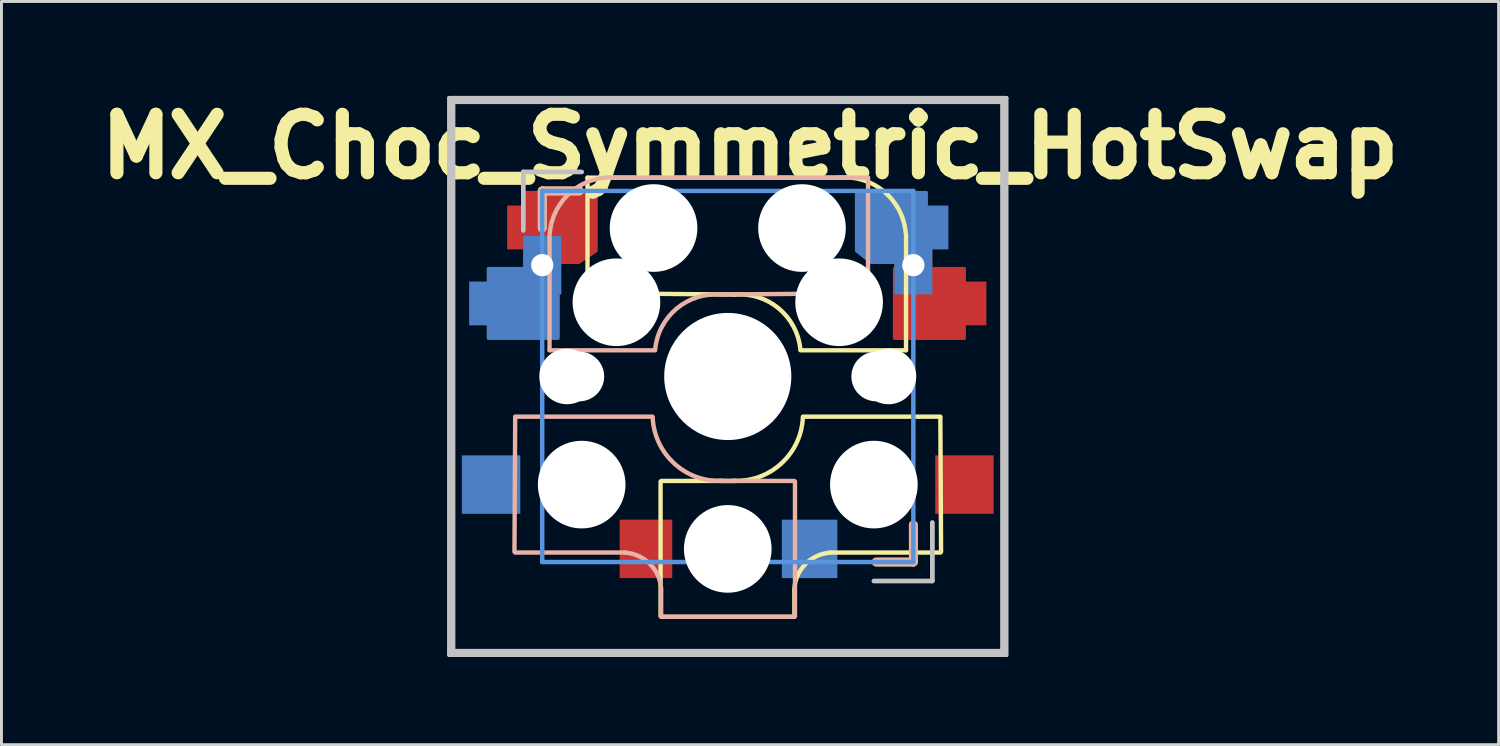
<source format=kicad_pcb>
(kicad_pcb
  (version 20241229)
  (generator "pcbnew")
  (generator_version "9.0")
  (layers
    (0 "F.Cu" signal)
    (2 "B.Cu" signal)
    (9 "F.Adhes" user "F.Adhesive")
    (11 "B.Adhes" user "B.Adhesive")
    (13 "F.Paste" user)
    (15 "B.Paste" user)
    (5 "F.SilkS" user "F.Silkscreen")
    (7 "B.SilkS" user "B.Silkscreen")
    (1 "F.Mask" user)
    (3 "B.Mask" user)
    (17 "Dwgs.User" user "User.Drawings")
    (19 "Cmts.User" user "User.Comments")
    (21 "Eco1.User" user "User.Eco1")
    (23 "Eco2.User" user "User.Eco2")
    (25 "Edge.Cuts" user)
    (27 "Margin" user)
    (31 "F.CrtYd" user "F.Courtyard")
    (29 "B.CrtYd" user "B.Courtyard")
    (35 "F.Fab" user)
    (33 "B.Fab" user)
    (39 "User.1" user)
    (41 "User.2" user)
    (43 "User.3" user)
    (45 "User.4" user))
  (footprint "MX_Choc_Symmetric_HotSwap"
    (layer "F.Cu")
    (at 21.856 9.834)
    (property "Reference" "MX_Choc_Symmetric_HotSwap" (at 0.762 -7.874 0) (layer "F.SilkS") (effects (font (size 2 2) (thickness 0.45))))
    (attr through_hole)
    (fp_line (start -6.35 -6.35) (end -5.08 -6.35) (stroke (width 0.3) (type solid)) (layer "F.SilkS"))
    (fp_line (start -6.35 -5.08) (end -6.35 -6.35) (stroke (width 0.3) (type solid)) (layer "F.SilkS"))
    (fp_line (start -4.8 -6.804) (end 3.825 -6.804) (stroke (width 0.15) (type solid)) (layer "F.SilkS"))
    (fp_line (start -4.8 -2.896) (end -4.8 -6.804) (stroke (width 0.15) (type solid)) (layer "F.SilkS"))
    (fp_line (start -4.8 -2.85) (end 0.25 -2.804) (stroke (width 0.15) (type solid)) (layer "F.SilkS"))
    (fp_line (start -2.3 3.6) (end -2.3 8.2) (stroke (width 0.15) (type solid)) (layer "F.SilkS"))
    (fp_line (start -2.275 3.575) (end 0.275 3.575) (stroke (width 0.15) (type solid)) (layer "F.SilkS"))
    (fp_line (start -2.275 8.225) (end 2.275 8.225) (stroke (width 0.15) (type solid)) (layer "F.SilkS"))
    (fp_line (start 2.28 7.5) (end 2.28 8.2) (stroke (width 0.15) (type solid)) (layer "F.SilkS"))
    (fp_line (start 2.575 1.375) (end 7.275 1.375) (stroke (width 0.15) (type solid)) (layer "F.SilkS"))
    (fp_line (start 3.5 6.025) (end 7.275 6.025) (stroke (width 0.15) (type solid)) (layer "F.SilkS"))
    (fp_line (start 6.1 -4.85) (end 6.1 -0.905) (stroke (width 0.15) (type solid)) (layer "F.SilkS"))
    (fp_line (start 6.1 -0.896) (end 2.49 -0.896) (stroke (width 0.15) (type solid)) (layer "F.SilkS"))
    (fp_line (start 6.35 5.08) (end 6.35 6.35) (stroke (width 0.3) (type solid)) (layer "F.SilkS"))
    (fp_line (start 6.35 6.35) (end 5.08 6.35) (stroke (width 0.3) (type solid)) (layer "F.SilkS"))
    (fp_line (start 7.275 1.4) (end 7.3 6) (stroke (width 0.15) (type solid)) (layer "F.SilkS"))
    (fp_arc (start 0.225 -2.8) (mid 1.744361 -2.328062) (end 2.485001 -0.920001) (stroke (width 0.15) (type solid)) (layer "F.SilkS"))
    (fp_arc (start 2.279999 7.449999) (mid 2.595908 6.487329) (end 3.5 6.03) (stroke (width 0.15) (type solid)) (layer "F.SilkS"))
    (fp_arc (start 2.57 1.4) (mid 1.834422 2.975843) (end 0.2 3.57) (stroke (width 0.15) (type solid)) (layer "F.SilkS"))
    (fp_arc (start 3.825 -6.804) (mid 5.347189 -6.33089) (end 6.089 -4.92) (stroke (width 0.15) (type solid)) (layer "F.SilkS"))
    (fp_line (start -7.275 1.4) (end -7.3 6) (stroke (width 0.15) (type solid)) (layer "B.SilkS"))
    (fp_line (start -6.35 -6.35) (end -5.08 -6.35) (stroke (width 0.3) (type solid)) (layer "B.SilkS"))
    (fp_line (start -6.35 -5.08) (end -6.35 -6.35) (stroke (width 0.3) (type solid)) (layer "B.SilkS"))
    (fp_line (start -6.1 -4.85) (end -6.1 -0.905) (stroke (width 0.15) (type solid)) (layer "B.SilkS"))
    (fp_line (start -6.1 -0.896) (end -2.49 -0.896) (stroke (width 0.15) (type solid)) (layer "B.SilkS"))
    (fp_line (start -3.5 6.025) (end -7.275 6.025) (stroke (width 0.15) (type solid)) (layer "B.SilkS"))
    (fp_line (start -2.575 1.375) (end -7.275 1.375) (stroke (width 0.15) (type solid)) (layer "B.SilkS"))
    (fp_line (start -2.28 7.5) (end -2.28 8.2) (stroke (width 0.15) (type solid)) (layer "B.SilkS"))
    (fp_line (start 2.275 3.575) (end -0.275 3.575) (stroke (width 0.15) (type solid)) (layer "B.SilkS"))
    (fp_line (start 2.275 8.225) (end -2.275 8.225) (stroke (width 0.15) (type solid)) (layer "B.SilkS"))
    (fp_line (start 2.3 3.6) (end 2.3 8.2) (stroke (width 0.15) (type solid)) (layer "B.SilkS"))
    (fp_line (start 4.8 -6.804) (end -3.825 -6.804) (stroke (width 0.15) (type solid)) (layer "B.SilkS"))
    (fp_line (start 4.8 -2.896) (end 4.8 -6.804) (stroke (width 0.15) (type solid)) (layer "B.SilkS"))
    (fp_line (start 4.8 -2.85) (end -0.25 -2.804) (stroke (width 0.15) (type solid)) (layer "B.SilkS"))
    (fp_line (start 5.08 6.35) (end 6.35 6.35) (stroke (width 0.3) (type solid)) (layer "B.SilkS"))
    (fp_line (start 6.35 6.35) (end 6.35 5.08) (stroke (width 0.3) (type solid)) (layer "B.SilkS"))
    (fp_arc (start -6.089 -4.92) (mid -5.347189 -6.33089) (end -3.825 -6.804) (stroke (width 0.15) (type solid)) (layer "B.SilkS"))
    (fp_arc (start -3.5 6.03) (mid -2.595908 6.48733) (end -2.28 7.45) (stroke (width 0.15) (type solid)) (layer "B.SilkS"))
    (fp_arc (start -2.484999 -0.920001) (mid -1.74436 -2.328062) (end -0.225 -2.8) (stroke (width 0.15) (type solid)) (layer "B.SilkS"))
    (fp_arc (start -0.2 3.57) (mid -1.834422 2.975843) (end -2.57 1.4) (stroke (width 0.15) (type solid)) (layer "B.SilkS"))
    (fp_line (start -9.525 -9.525) (end 9.525 -9.525) (stroke (width 0.15) (type solid)) (layer "Dwgs.User"))
    (fp_line (start -9.525 -9.525) (end 9.525 -9.525) (stroke (width 0.15) (type solid)) (layer "Dwgs.User"))
    (fp_line (start -9.525 9.525) (end -9.525 -9.525) (stroke (width 0.15) (type solid)) (layer "Dwgs.User"))
    (fp_line (start -9.525 9.525) (end -9.525 -9.525) (stroke (width 0.15) (type solid)) (layer "Dwgs.User"))
    (fp_line (start -9.398 -9.398) (end 9.398 -9.398) (stroke (width 0.152) (type solid)) (layer "Dwgs.User"))
    (fp_line (start -9.398 9.398) (end -9.398 -9.398) (stroke (width 0.152) (type solid)) (layer "Dwgs.User"))
    (fp_line (start -7 -7) (end -7 -5) (stroke (width 0.15) (type solid)) (layer "Dwgs.User"))
    (fp_line (start -7 -7) (end -7 -5) (stroke (width 0.15) (type solid)) (layer "Dwgs.User"))
    (fp_line (start -5 -7) (end -7 -7) (stroke (width 0.15) (type solid)) (layer "Dwgs.User"))
    (fp_line (start -5 -7) (end -7 -7) (stroke (width 0.15) (type solid)) (layer "Dwgs.User"))
    (fp_line (start 5 7) (end 7 7) (stroke (width 0.15) (type solid)) (layer "Dwgs.User"))
    (fp_line (start 5 7) (end 7 7) (stroke (width 0.15) (type solid)) (layer "Dwgs.User"))
    (fp_line (start 7 7) (end 7 5) (stroke (width 0.15) (type solid)) (layer "Dwgs.User"))
    (fp_line (start 7 7) (end 7 5) (stroke (width 0.15) (type solid)) (layer "Dwgs.User"))
    (fp_line (start 9.398 -9.398) (end 9.398 9.398) (stroke (width 0.152) (type solid)) (layer "Dwgs.User"))
    (fp_line (start 9.398 9.398) (end -9.398 9.398) (stroke (width 0.152) (type solid)) (layer "Dwgs.User"))
    (fp_line (start 9.525 -9.525) (end 9.525 9.525) (stroke (width 0.15) (type solid)) (layer "Dwgs.User"))
    (fp_line (start 9.525 -9.525) (end 9.525 9.525) (stroke (width 0.15) (type solid)) (layer "Dwgs.User"))
    (fp_line (start 9.525 9.525) (end -9.525 9.525) (stroke (width 0.15) (type solid)) (layer "Dwgs.User"))
    (fp_line (start 9.525 9.525) (end -9.525 9.525) (stroke (width 0.15) (type solid)) (layer "Dwgs.User"))
    (fp_line (start -6.35 -6.35) (end 6.35 -6.35) (stroke (width 0.152) (type solid)) (layer "Cmts.User"))
    (fp_line (start -6.35 6.35) (end -6.35 -6.35) (stroke (width 0.152) (type solid)) (layer "Cmts.User"))
    (fp_line (start 6.35 -6.35) (end 6.35 6.35) (stroke (width 0.152) (type solid)) (layer "Cmts.User"))
    (fp_line (start 6.35 6.35) (end -6.35 6.35) (stroke (width 0.152) (type solid)) (layer "Cmts.User"))
    (fp_line (start -6.985 -6.985) (end 6.985 -6.985) (stroke (width 0.152) (type solid)) (layer "Eco2.User"))
    (fp_line (start -6.985 6.985) (end -6.985 -6.985) (stroke (width 0.152) (type solid)) (layer "Eco2.User"))
    (fp_line (start 6.985 -6.985) (end 6.985 6.985) (stroke (width 0.152) (type solid)) (layer "Eco2.User"))
    (fp_line (start 6.985 6.985) (end -6.985 6.985) (stroke (width 0.152) (type solid)) (layer "Eco2.User"))
    (pad "" thru_hole rect (at -6.35 -3.81) (size 1.3 2) (drill 0.762) (layers "*.Cu" "*.Mask"))
    (pad "" np_thru_hole circle (at -5.5 0 90) (size 1.9 1.9) (drill 1.9) (layers "*.Cu" "*.Mask"))
    (pad "" np_thru_hole circle (at -5.08 0) (size 1.7 1.7) (drill 1.7) (layers "*.Cu" "*.Mask"))
    (pad "" np_thru_hole circle (at -5 3.7 90) (size 3 3) (drill 3) (layers "*.Cu" "*.Mask"))
    (pad "" np_thru_hole circle (at -3.81 -2.54 180) (size 3 3) (drill 3) (layers "*.Cu" "*.Mask"))
    (pad "" np_thru_hole circle (at -2.54 -5.08 180) (size 3 3) (drill 3) (layers "*.Cu" "*.Mask"))
    (pad "" np_thru_hole circle (at 0 0 90) (size 4.35 4.35) (drill 4.35) (layers "*.Cu" "*.Mask"))
    (pad "" np_thru_hole circle (at 0 5.9 90) (size 3 3) (drill 3) (layers "*.Cu" "*.Mask"))
    (pad "" np_thru_hole circle (at 2.54 -5.08 180) (size 3 3) (drill 3) (layers "*.Cu" "*.Mask"))
    (pad "" np_thru_hole circle (at 3.81 -2.54 180) (size 3 3) (drill 3) (layers "*.Cu" "*.Mask"))
    (pad "" np_thru_hole circle (at 5 3.7 270) (size 3 3) (drill 3) (layers "*.Cu" "*.Mask"))
    (pad "" np_thru_hole circle (at 5.08 0) (size 1.7 1.7) (drill 1.7) (layers "*.Cu" "*.Mask"))
    (pad "" np_thru_hole circle (at 5.5 0 90) (size 1.9 1.9) (drill 1.9) (layers "*.Cu" "*.Mask"))
    (pad "" thru_hole rect (at 6.35 -3.81) (size 1.3 2) (drill 0.762) (layers "*.Cu" "*.Mask"))
    (pad "1" smd custom (at -8.5 -2.5) (size 0.7 1.5) (layers "B.Cu" "B.Mask" "B.Paste") (options (anchor rect)) (primitives (gr_poly (pts (xy 0.3 -1.2) (xy 2.7 -1.2) (xy 2.7 1.2) (xy 0.3 1.2)) (width 0.1) (fill yes))))
    (pad "1" smd rect (at -8.1 3.7 180) (size 2 2) (layers "B.Cu" "B.Mask" "B.Paste"))
    (pad "1" smd custom (at -7.2 -5.1) (size 0.7 1.5) (layers "F.Cu" "F.Mask" "F.Paste") (options (anchor rect)) (primitives (gr_poly (pts (xy 0.3 -1.2) (xy 0.3 1.2) (xy 2.1 1.2) (xy 2.7 0.8) (xy 2.7 -1.2)) (width 0.1) (fill yes))))
    (pad "1" smd rect (at 8.1 3.7 180) (size 2 2) (layers "F.Cu" "F.Mask" "F.Paste"))
    (pad "2" smd rect (at -2.8 5.9 180) (size 1.8 2) (layers "F.Cu" "F.Mask" "F.Paste"))
    (pad "2" smd rect (at 2.8 5.9 180) (size 1.9 2) (layers "B.Cu" "B.Mask" "B.Paste"))
    (pad "2" smd custom (at 7.2 -5.1) (size 0.7 1.5) (layers "B.Cu" "B.Mask" "B.Paste") (options (anchor rect)) (primitives (gr_poly (pts (xy -0.4 -1.2) (xy -2.8 -1.2) (xy -2.8 0.8) (xy -2.3 1.2) (xy -0.4 1.2)) (width 0.1) (fill yes))))
    (pad "2" smd custom (at 8.5 -2.5) (size 0.7 1.5) (layers "F.Cu" "F.Mask" "F.Paste") (options (anchor rect)) (primitives (gr_poly (pts (xy -2.8 -1.2) (xy -0.4 -1.2) (xy -0.4 1.2) (xy -2.8 1.2)) (width 0.1) (fill yes)))))
  (gr_rect
    (start -3 -3)
    (end 48.236 22.434)
    (stroke (width 0.1) (type default))
    (fill no)
    (layer "Edge.Cuts")))
</source>
